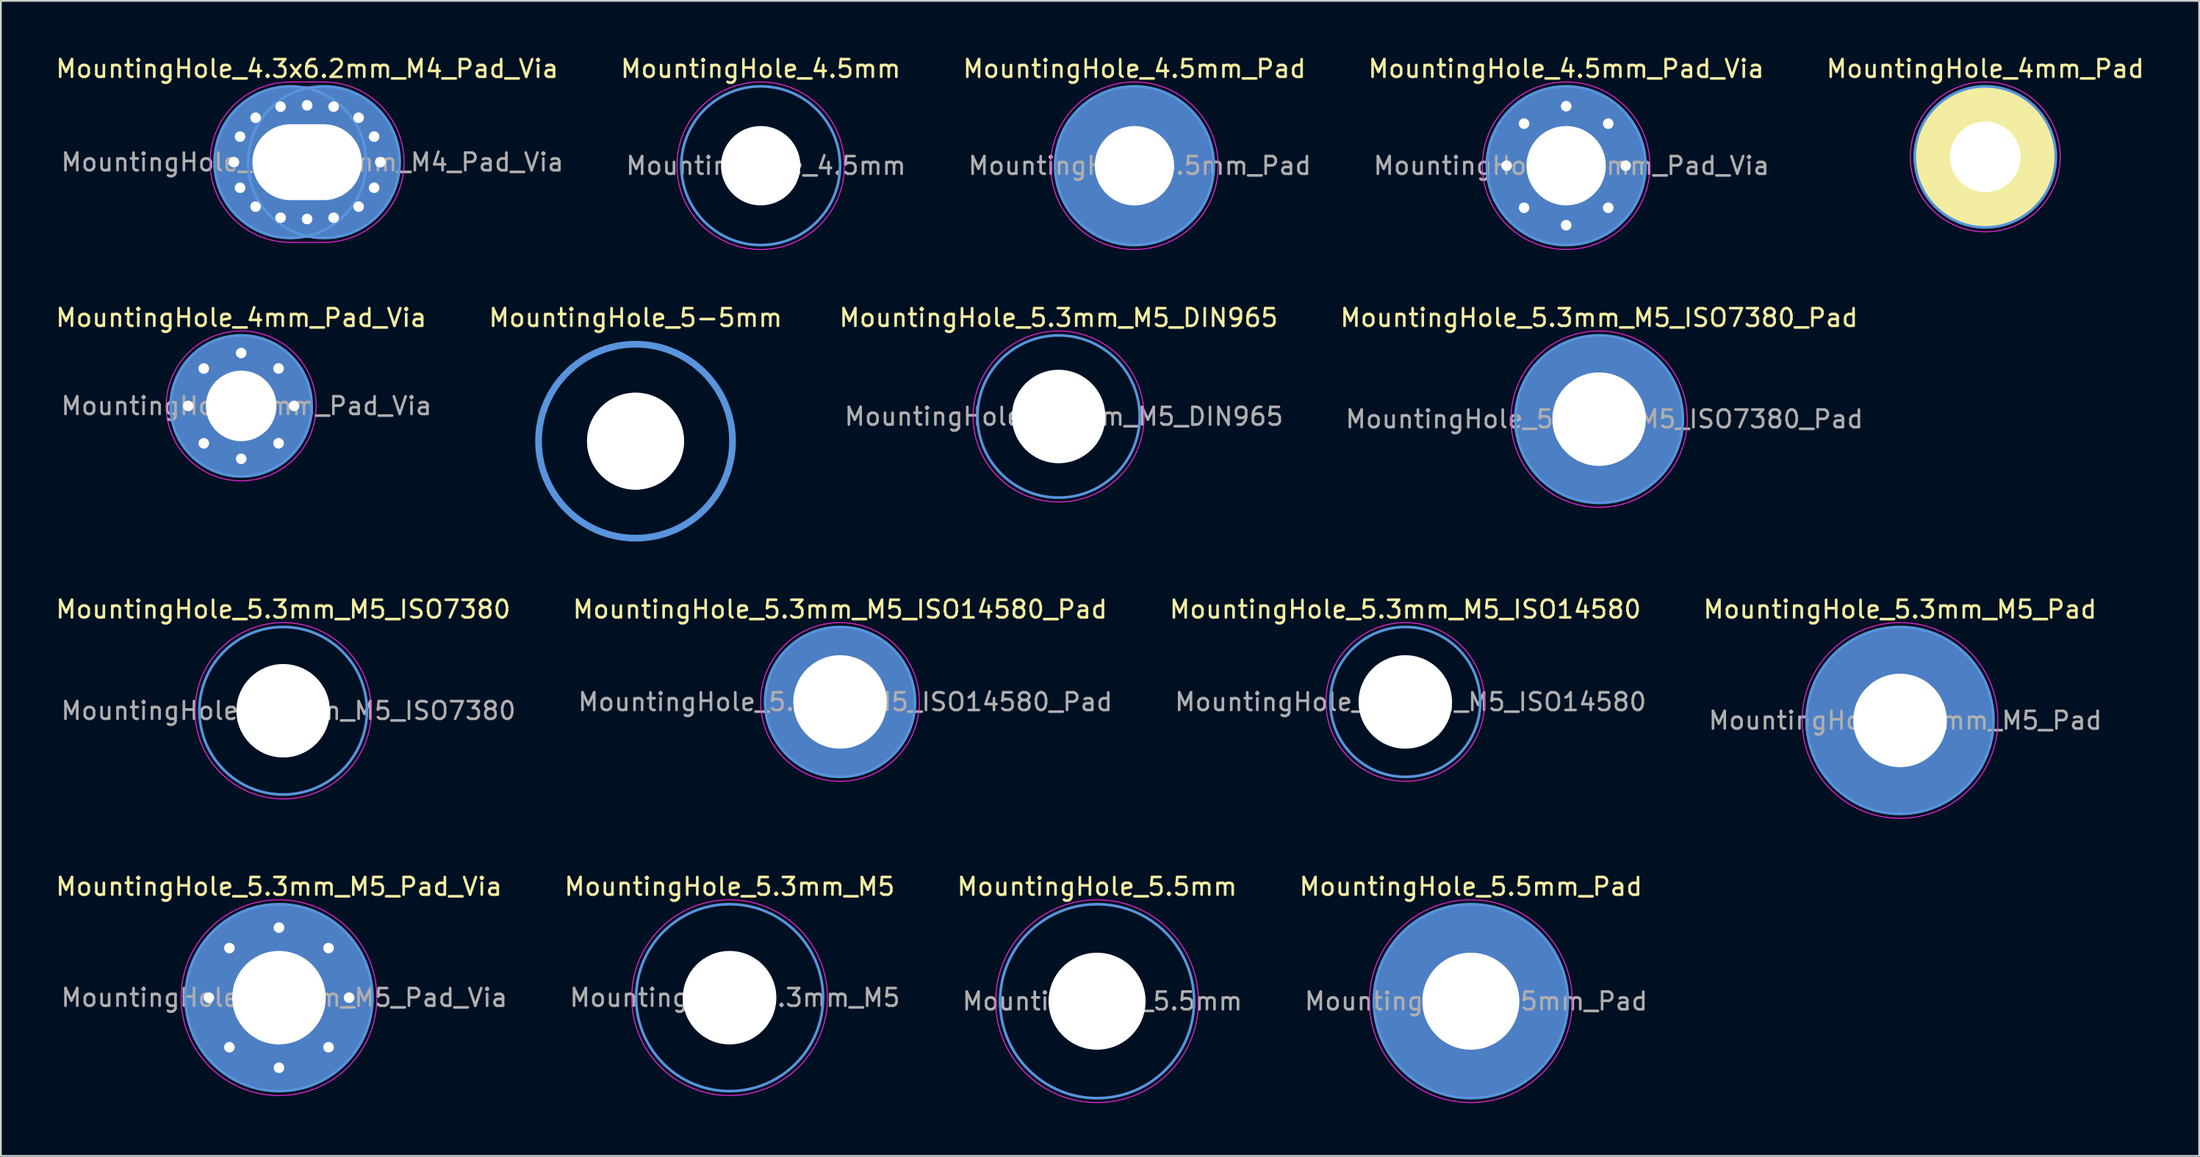
<source format=kicad_pcb>
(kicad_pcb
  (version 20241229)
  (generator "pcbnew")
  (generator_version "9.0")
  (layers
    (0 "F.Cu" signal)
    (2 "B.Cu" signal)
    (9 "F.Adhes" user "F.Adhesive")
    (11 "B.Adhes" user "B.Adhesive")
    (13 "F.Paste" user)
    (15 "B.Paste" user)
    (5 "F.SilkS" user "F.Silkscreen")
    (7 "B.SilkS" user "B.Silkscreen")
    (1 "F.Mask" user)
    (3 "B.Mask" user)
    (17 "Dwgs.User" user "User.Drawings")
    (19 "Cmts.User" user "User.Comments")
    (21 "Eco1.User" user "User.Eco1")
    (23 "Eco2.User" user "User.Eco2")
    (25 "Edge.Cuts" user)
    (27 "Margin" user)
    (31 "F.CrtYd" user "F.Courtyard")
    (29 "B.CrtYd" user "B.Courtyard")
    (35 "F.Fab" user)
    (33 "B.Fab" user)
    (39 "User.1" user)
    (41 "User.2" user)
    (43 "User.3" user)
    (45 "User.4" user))
  (footprint "MountingHole_5.3mm_M5_ISO7380_Pad"
    (layer "F.Cu")
    (at 87.618 20.721)
    (property "Reference" "MountingHole_5.3mm_M5_ISO7380_Pad" (at 0 -5.75 0) (layer "F.SilkS") (effects (font (size 1 1) (thickness 0.15))))
    (attr through_hole)
    (fp_circle (center 0 0) (end 4.75 0) (stroke (width 0.15) (type solid)) (fill no) (layer "Cmts.User"))
    (fp_circle (center 0 0) (end 5 0) (stroke (width 0.05) (type solid)) (fill no) (layer "F.CrtYd"))
    (fp_text user "${REFERENCE}" (at 0.3 0 0) (layer "F.Fab") (effects (font (size 1 1) (thickness 0.15))))
    (pad "1" thru_hole circle (at 0 0) (size 9.5 9.5) (drill 5.3) (layers "*.Cu" "*.Mask")))
  (footprint "MountingHole_5-5mm"
    (layer "F.Cu")
    (at 32.985 21.972)
    (property "Reference" "MountingHole_5-5mm" (at 0 -7 0) (layer "F.SilkS") (effects (font (size 1 1) (thickness 0.15))))
    (attr through_hole)
    (fp_circle (center 0 0) (end 5.499 0) (stroke (width 0.381) (type solid)) (fill no) (layer "Cmts.User"))
    (pad "" thru_hole circle (at 0 0) (size 5.499 5.499) (drill 5.499) (layers)))
  (footprint "MountingHole_5.3mm_M5_DIN965"
    (layer "F.Cu")
    (at 56.973 20.572)
    (property "Reference" "MountingHole_5.3mm_M5_DIN965" (at 0 -5.6 0) (layer "F.SilkS") (effects (font (size 1 1) (thickness 0.15))))
    (attr through_hole)
    (fp_circle (center 0 0) (end 4.6 0) (stroke (width 0.15) (type solid)) (fill no) (layer "Cmts.User"))
    (fp_circle (center 0 0) (end 4.85 0) (stroke (width 0.05) (type solid)) (fill no) (layer "F.CrtYd"))
    (fp_text user "${REFERENCE}" (at 0.3 0 0) (layer "F.Fab") (effects (font (size 1 1) (thickness 0.15))))
    (pad "" np_thru_hole circle (at 0 0) (size 5.3 5.3) (drill 5.3) (layers "*.Cu" "*.Mask")))
  (footprint "MountingHole_5.5mm"
    (layer "F.Cu")
    (at 59.154 53.733)
    (property "Reference" "MountingHole_5.5mm" (at 0 -6.5 0) (layer "F.SilkS") (effects (font (size 1 1) (thickness 0.15))))
    (attr through_hole)
    (fp_circle (center 0 0) (end 5.5 0) (stroke (width 0.15) (type solid)) (fill no) (layer "Cmts.User"))
    (fp_circle (center 0 0) (end 5.75 0) (stroke (width 0.05) (type solid)) (fill no) (layer "F.CrtYd"))
    (fp_text user "${REFERENCE}" (at 0.3 0 0) (layer "F.Fab") (effects (font (size 1 1) (thickness 0.15))))
    (pad "" np_thru_hole circle (at 0 0) (size 5.5 5.5) (drill 5.5) (layers "*.Cu" "*.Mask")))
  (footprint "MountingHole_4.5mm_Pad_Via"
    (layer "F.Cu")
    (at 85.751 6.348)
    (property "Reference" "MountingHole_4.5mm_Pad_Via" (at 0 -5.5 0) (layer "F.SilkS") (effects (font (size 1 1) (thickness 0.15))))
    (attr through_hole)
    (fp_circle (center 0 0) (end 4.5 0) (stroke (width 0.15) (type solid)) (fill no) (layer "Cmts.User"))
    (fp_circle (center 0 0) (end 4.75 0) (stroke (width 0.05) (type solid)) (fill no) (layer "F.CrtYd"))
    (fp_text user "${REFERENCE}" (at 0.3 0 0) (layer "F.Fab") (effects (font (size 1 1) (thickness 0.15))))
    (pad "" thru_hole circle (at -3.375 0) (size 0.9 0.9) (drill 0.6) (layers "*.Cu" "*.Mask"))
    (pad "" thru_hole circle (at -2.386 -2.386) (size 0.9 0.9) (drill 0.6) (layers "*.Cu" "*.Mask"))
    (pad "" thru_hole circle (at -2.386 2.386) (size 0.9 0.9) (drill 0.6) (layers "*.Cu" "*.Mask"))
    (pad "" thru_hole circle (at 0 -3.375) (size 0.9 0.9) (drill 0.6) (layers "*.Cu" "*.Mask"))
    (pad "" thru_hole circle (at 0 3.375) (size 0.9 0.9) (drill 0.6) (layers "*.Cu" "*.Mask"))
    (pad "" thru_hole circle (at 2.386 -2.386) (size 0.9 0.9) (drill 0.6) (layers "*.Cu" "*.Mask"))
    (pad "" thru_hole circle (at 2.386 2.386) (size 0.9 0.9) (drill 0.6) (layers "*.Cu" "*.Mask"))
    (pad "" thru_hole circle (at 3.375 0) (size 0.9 0.9) (drill 0.6) (layers "*.Cu" "*.Mask"))
    (pad "1" thru_hole circle (at 0 0) (size 9 9) (drill 4.5) (layers "*.Cu" "*.Mask")))
  (footprint "MountingHole_5.3mm_M5_Pad_Via"
    (layer "F.Cu")
    (at 12.768 53.533)
    (property "Reference" "MountingHole_5.3mm_M5_Pad_Via" (at 0 -6.3 0) (layer "F.SilkS") (effects (font (size 1 1) (thickness 0.15))))
    (attr through_hole)
    (fp_circle (center 0 0) (end 5.3 0) (stroke (width 0.15) (type solid)) (fill no) (layer "Cmts.User"))
    (fp_circle (center 0 0) (end 5.55 0) (stroke (width 0.05) (type solid)) (fill no) (layer "F.CrtYd"))
    (fp_text user "${REFERENCE}" (at 0.3 0 0) (layer "F.Fab") (effects (font (size 1 1) (thickness 0.15))))
    (pad "" thru_hole circle (at -3.975 0) (size 0.9 0.9) (drill 0.6) (layers "*.Cu" "*.Mask"))
    (pad "" thru_hole circle (at -2.811 -2.811) (size 0.9 0.9) (drill 0.6) (layers "*.Cu" "*.Mask"))
    (pad "" thru_hole circle (at -2.811 2.811) (size 0.9 0.9) (drill 0.6) (layers "*.Cu" "*.Mask"))
    (pad "" thru_hole circle (at 0 -3.975) (size 0.9 0.9) (drill 0.6) (layers "*.Cu" "*.Mask"))
    (pad "" thru_hole circle (at 0 3.975) (size 0.9 0.9) (drill 0.6) (layers "*.Cu" "*.Mask"))
    (pad "" thru_hole circle (at 2.811 -2.811) (size 0.9 0.9) (drill 0.6) (layers "*.Cu" "*.Mask"))
    (pad "" thru_hole circle (at 2.811 2.811) (size 0.9 0.9) (drill 0.6) (layers "*.Cu" "*.Mask"))
    (pad "" thru_hole circle (at 3.975 0) (size 0.9 0.9) (drill 0.6) (layers "*.Cu" "*.Mask"))
    (pad "1" thru_hole circle (at 0 0) (size 10.6 10.6) (drill 5.3) (layers "*.Cu" "*.Mask")))
  (footprint "MountingHole_4.5mm_Pad"
    (layer "F.Cu")
    (at 61.273 6.348)
    (property "Reference" "MountingHole_4.5mm_Pad" (at 0 -5.5 0) (layer "F.SilkS") (effects (font (size 1 1) (thickness 0.15))))
    (attr through_hole)
    (fp_circle (center 0 0) (end 4.5 0) (stroke (width 0.15) (type solid)) (fill no) (layer "Cmts.User"))
    (fp_circle (center 0 0) (end 4.75 0) (stroke (width 0.05) (type solid)) (fill no) (layer "F.CrtYd"))
    (fp_text user "${REFERENCE}" (at 0.3 0 0) (layer "F.Fab") (effects (font (size 1 1) (thickness 0.15))))
    (pad "1" thru_hole circle (at 0 0) (size 9 9) (drill 4.5) (layers "*.Cu" "*.Mask")))
  (footprint "MountingHole_4mm_Pad"
    (layer "F.Cu")
    (at 109.515 5.848)
    (property "Reference" "MountingHole_4mm_Pad" (at 0 -5 0) (layer "F.SilkS") (effects (font (size 1 1) (thickness 0.15))))
    (attr through_hole)
    (fp_circle (center 0 0) (end 4 0) (stroke (width 0.15) (type solid)) (fill no) (layer "Cmts.User"))
    (fp_circle (center 0 0) (end 4.25 0) (stroke (width 0.05) (type solid)) (fill no) (layer "F.CrtYd"))
    (pad "1" thru_hole circle (at 0 0) (size 8 8) (drill 4) (layers "*.Cu" "*.Mask" "F.SilkS")))
  (footprint "MountingHole_5.3mm_M5_Pad"
    (layer "F.Cu")
    (at 104.68 37.81)
    (property "Reference" "MountingHole_5.3mm_M5_Pad" (at 0 -6.3 0) (layer "F.SilkS") (effects (font (size 1 1) (thickness 0.15))))
    (attr through_hole)
    (fp_circle (center 0 0) (end 5.3 0) (stroke (width 0.15) (type solid)) (fill no) (layer "Cmts.User"))
    (fp_circle (center 0 0) (end 5.55 0) (stroke (width 0.05) (type solid)) (fill no) (layer "F.CrtYd"))
    (fp_text user "${REFERENCE}" (at 0.3 0 0) (layer "F.Fab") (effects (font (size 1 1) (thickness 0.15))))
    (pad "1" thru_hole circle (at 0 0) (size 10.6 10.6) (drill 5.3) (layers "*.Cu" "*.Mask")))
  (footprint "MountingHole_4.5mm"
    (layer "F.Cu")
    (at 40.08 6.348)
    (property "Reference" "MountingHole_4.5mm" (at 0 -5.5 0) (layer "F.SilkS") (effects (font (size 1 1) (thickness 0.15))))
    (attr through_hole)
    (fp_circle (center 0 0) (end 4.5 0) (stroke (width 0.15) (type solid)) (fill no) (layer "Cmts.User"))
    (fp_circle (center 0 0) (end 4.75 0) (stroke (width 0.05) (type solid)) (fill no) (layer "F.CrtYd"))
    (fp_text user "${REFERENCE}" (at 0.3 0 0) (layer "F.Fab") (effects (font (size 1 1) (thickness 0.15))))
    (pad "" np_thru_hole circle (at 0 0) (size 4.5 4.5) (drill 4.5) (layers "*.Cu" "*.Mask")))
  (footprint "MountingHole_5.5mm_Pad"
    (layer "F.Cu")
    (at 80.346 53.733)
    (property "Reference" "MountingHole_5.5mm_Pad" (at 0 -6.5 0) (layer "F.SilkS") (effects (font (size 1 1) (thickness 0.15))))
    (attr through_hole)
    (fp_circle (center 0 0) (end 5.5 0) (stroke (width 0.15) (type solid)) (fill no) (layer "Cmts.User"))
    (fp_circle (center 0 0) (end 5.75 0) (stroke (width 0.05) (type solid)) (fill no) (layer "F.CrtYd"))
    (fp_text user "${REFERENCE}" (at 0.3 0 0) (layer "F.Fab") (effects (font (size 1 1) (thickness 0.15))))
    (pad "1" thru_hole circle (at 0 0) (size 11 11) (drill 5.5) (layers "*.Cu" "*.Mask")))
  (footprint "MountingHole_5.3mm_M5"
    (layer "F.Cu")
    (at 38.318 53.533)
    (property "Reference" "MountingHole_5.3mm_M5" (at 0 -6.3 0) (layer "F.SilkS") (effects (font (size 1 1) (thickness 0.15))))
    (attr through_hole)
    (fp_circle (center 0 0) (end 5.3 0) (stroke (width 0.15) (type solid)) (fill no) (layer "Cmts.User"))
    (fp_circle (center 0 0) (end 5.55 0) (stroke (width 0.05) (type solid)) (fill no) (layer "F.CrtYd"))
    (fp_text user "${REFERENCE}" (at 0.3 0 0) (layer "F.Fab") (effects (font (size 1 1) (thickness 0.15))))
    (pad "" np_thru_hole circle (at 0 0) (size 5.3 5.3) (drill 5.3) (layers "*.Cu" "*.Mask")))
  (footprint "MountingHole_4mm_Pad_Via"
    (layer "F.Cu")
    (at 10.625 19.971)
    (property "Reference" "MountingHole_4mm_Pad_Via" (at 0 -5 0) (layer "F.SilkS") (effects (font (size 1 1) (thickness 0.15))))
    (attr through_hole)
    (fp_circle (center 0 0) (end 4 0) (stroke (width 0.15) (type solid)) (fill no) (layer "Cmts.User"))
    (fp_circle (center 0 0) (end 4.25 0) (stroke (width 0.05) (type solid)) (fill no) (layer "F.CrtYd"))
    (fp_text user "${REFERENCE}" (at 0.3 0 0) (layer "F.Fab") (effects (font (size 1 1) (thickness 0.15))))
    (pad "" thru_hole circle (at -3 0) (size 0.9 0.9) (drill 0.6) (layers "*.Cu" "*.Mask"))
    (pad "" thru_hole circle (at -2.121 -2.121) (size 0.9 0.9) (drill 0.6) (layers "*.Cu" "*.Mask"))
    (pad "" thru_hole circle (at -2.121 2.121) (size 0.9 0.9) (drill 0.6) (layers "*.Cu" "*.Mask"))
    (pad "" thru_hole circle (at 0 -3) (size 0.9 0.9) (drill 0.6) (layers "*.Cu" "*.Mask"))
    (pad "" thru_hole circle (at 0 3) (size 0.9 0.9) (drill 0.6) (layers "*.Cu" "*.Mask"))
    (pad "" thru_hole circle (at 2.121 -2.121) (size 0.9 0.9) (drill 0.6) (layers "*.Cu" "*.Mask"))
    (pad "" thru_hole circle (at 2.121 2.121) (size 0.9 0.9) (drill 0.6) (layers "*.Cu" "*.Mask"))
    (pad "" thru_hole circle (at 3 0) (size 0.9 0.9) (drill 0.6) (layers "*.Cu" "*.Mask"))
    (pad "1" thru_hole circle (at 0 0) (size 8 8) (drill 4) (layers "*.Cu" "*.Mask")))
  (footprint "MountingHole_4.3x6.2mm_M4_Pad_Via"
    (layer "F.Cu")
    (at 14.363 6.148)
    (property "Reference" "MountingHole_4.3x6.2mm_M4_Pad_Via" (at 0 -5.3 0) (layer "F.SilkS") (effects (font (size 1 1) (thickness 0.15))))
    (attr through_hole)
    (fp_circle (center -0.95 0) (end 3.35 0) (stroke (width 0.15) (type solid)) (fill no) (layer "Cmts.User"))
    (fp_circle (center 0.95 0) (end 5.25 0) (stroke (width 0.15) (type solid)) (fill no) (layer "Cmts.User"))
    (fp_line (start -0.95 -4.55) (end 0.95 -4.55) (stroke (width 0.05) (type solid)) (layer "F.CrtYd"))
    (fp_line (start 0.95 4.55) (end -0.95 4.55) (stroke (width 0.05) (type solid)) (layer "F.CrtYd"))
    (fp_arc (start -0.95 4.55) (mid -5.5 0) (end -0.95 -4.55) (stroke (width 0.05) (type solid)) (layer "F.CrtYd"))
    (fp_arc (start 0.95 -4.55) (mid 5.5 0) (end 0.95 4.55) (stroke (width 0.05) (type solid)) (layer "F.CrtYd"))
    (fp_text user "${REFERENCE}" (at 0.3 0 0) (layer "F.Fab") (effects (font (size 1 1) (thickness 0.15))))
    (pad "" thru_hole circle (at -4.15 0) (size 0.9 0.9) (drill 0.6) (layers "*.Cu" "*.Mask"))
    (pad "" thru_hole circle (at -3.801 -1.45) (size 0.9 0.9) (drill 0.6) (layers "*.Cu" "*.Mask"))
    (pad "" thru_hole circle (at -3.801 1.45) (size 0.9 0.9) (drill 0.6) (layers "*.Cu" "*.Mask"))
    (pad "" thru_hole circle (at -2.92 -2.521) (size 0.9 0.9) (drill 0.6) (layers "*.Cu" "*.Mask"))
    (pad "" thru_hole circle (at -2.92 2.521) (size 0.9 0.9) (drill 0.6) (layers "*.Cu" "*.Mask"))
    (pad "" thru_hole circle (at -1.505 -3.151) (size 0.9 0.9) (drill 0.6) (layers "*.Cu" "*.Mask"))
    (pad "" thru_hole circle (at -1.505 3.151) (size 0.9 0.9) (drill 0.6) (layers "*.Cu" "*.Mask"))
    (pad "" thru_hole circle (at 0 -3.225) (size 0.9 0.9) (drill 0.6) (layers "*.Cu" "*.Mask"))
    (pad "" thru_hole circle (at 0 3.225) (size 0.9 0.9) (drill 0.6) (layers "*.Cu" "*.Mask"))
    (pad "" thru_hole circle (at 1.505 -3.151) (size 0.9 0.9) (drill 0.6) (layers "*.Cu" "*.Mask"))
    (pad "" thru_hole circle (at 1.505 3.151) (size 0.9 0.9) (drill 0.6) (layers "*.Cu" "*.Mask"))
    (pad "" thru_hole circle (at 2.92 -2.521) (size 0.9 0.9) (drill 0.6) (layers "*.Cu" "*.Mask"))
    (pad "" thru_hole circle (at 2.92 2.521) (size 0.9 0.9) (drill 0.6) (layers "*.Cu" "*.Mask"))
    (pad "" thru_hole circle (at 3.801 -1.45) (size 0.9 0.9) (drill 0.6) (layers "*.Cu" "*.Mask"))
    (pad "" thru_hole circle (at 3.801 1.45) (size 0.9 0.9) (drill 0.6) (layers "*.Cu" "*.Mask"))
    (pad "" thru_hole circle (at 4.15 0) (size 0.9 0.9) (drill 0.6) (layers "*.Cu" "*.Mask"))
    (pad "1" thru_hole oval (at 0 0) (size 10.4 8.6) (drill oval 6.2 4.3) (layers "*.Cu" "*.Mask")))
  (footprint "MountingHole_5.3mm_M5_ISO14580"
    (layer "F.Cu")
    (at 76.63 36.76)
    (property "Reference" "MountingHole_5.3mm_M5_ISO14580" (at 0 -5.25 0) (layer "F.SilkS") (effects (font (size 1 1) (thickness 0.15))))
    (attr through_hole)
    (fp_circle (center 0 0) (end 4.25 0) (stroke (width 0.15) (type solid)) (fill no) (layer "Cmts.User"))
    (fp_circle (center 0 0) (end 4.5 0) (stroke (width 0.05) (type solid)) (fill no) (layer "F.CrtYd"))
    (fp_text user "${REFERENCE}" (at 0.3 0 0) (layer "F.Fab") (effects (font (size 1 1) (thickness 0.15))))
    (pad "" np_thru_hole circle (at 0 0) (size 5.3 5.3) (drill 5.3) (layers "*.Cu" "*.Mask")))
  (footprint "MountingHole_5.3mm_M5_ISO14580_Pad"
    (layer "F.Cu")
    (at 44.58 36.76)
    (property "Reference" "MountingHole_5.3mm_M5_ISO14580_Pad" (at 0 -5.25 0) (layer "F.SilkS") (effects (font (size 1 1) (thickness 0.15))))
    (attr through_hole)
    (fp_circle (center 0 0) (end 4.25 0) (stroke (width 0.15) (type solid)) (fill no) (layer "Cmts.User"))
    (fp_circle (center 0 0) (end 4.5 0) (stroke (width 0.05) (type solid)) (fill no) (layer "F.CrtYd"))
    (fp_text user "${REFERENCE}" (at 0.3 0 0) (layer "F.Fab") (effects (font (size 1 1) (thickness 0.15))))
    (pad "1" thru_hole circle (at 0 0) (size 8.5 8.5) (drill 5.3) (layers "*.Cu" "*.Mask")))
  (footprint "MountingHole_5.3mm_M5_ISO7380"
    (layer "F.Cu")
    (at 13.006 37.26)
    (property "Reference" "MountingHole_5.3mm_M5_ISO7380" (at 0 -5.75 0) (layer "F.SilkS") (effects (font (size 1 1) (thickness 0.15))))
    (attr through_hole)
    (fp_circle (center 0 0) (end 4.75 0) (stroke (width 0.15) (type solid)) (fill no) (layer "Cmts.User"))
    (fp_circle (center 0 0) (end 5 0) (stroke (width 0.05) (type solid)) (fill no) (layer "F.CrtYd"))
    (fp_text user "${REFERENCE}" (at 0.3 0 0) (layer "F.Fab") (effects (font (size 1 1) (thickness 0.15))))
    (pad "" np_thru_hole circle (at 0 0) (size 5.3 5.3) (drill 5.3) (layers "*.Cu" "*.Mask")))
  (gr_rect
    (start -3 -3)
    (end 121.64 62.508)
    (stroke (width 0.1) (type default))
    (fill no)
    (layer "Edge.Cuts")))
</source>
